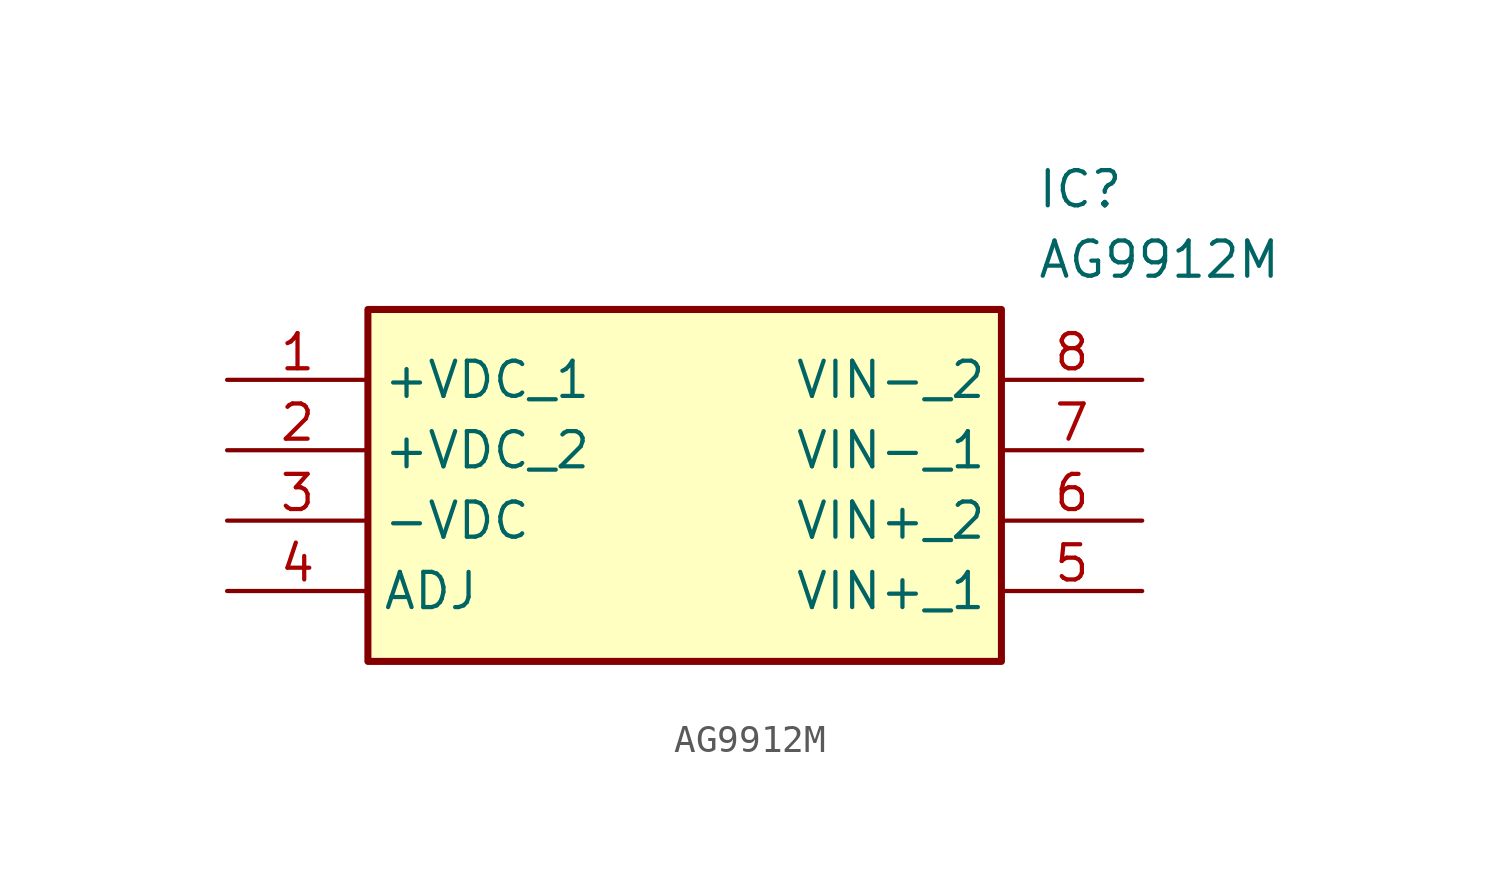
<source format=kicad_sym>
(kicad_symbol_lib
  (version 20211014)
  (generator SamacSys_ECAD_Model)
  (symbol "AG9912M"
    (property "Reference" "IC"
      (at 29.21 7.62 0)
      (effects (font (size 1.27 1.27)) (justify left top)))
    (property "Value" "AG9912M"
      (at 29.21 5.08 0)
      (effects (font (size 1.27 1.27)) (justify left top)))
    (rectangle
      (start 5.08 2.54)
      (end 27.94 -10.16)
      (stroke (width 0.254) (type default))
      (fill (type background)))
    (pin passive line
      (at 0 0 0)
      (length 5.08)
      (name "+VDC_1" (effects (font (size 1.27 1.27))))
      (number "1" (effects (font (size 1.27 1.27)))))
    (pin passive line
      (at 0 -2.54 0)
      (length 5.08)
      (name "+VDC_2" (effects (font (size 1.27 1.27))))
      (number "2" (effects (font (size 1.27 1.27)))))
    (pin passive line
      (at 0 -5.08 0)
      (length 5.08)
      (name "-VDC" (effects (font (size 1.27 1.27))))
      (number "3" (effects (font (size 1.27 1.27)))))
    (pin passive line
      (at 0 -7.62 0)
      (length 5.08)
      (name "ADJ" (effects (font (size 1.27 1.27))))
      (number "4" (effects (font (size 1.27 1.27)))))
    (pin passive line
      (at 33.02 -7.62 180)
      (length 5.08)
      (name "VIN+_1" (effects (font (size 1.27 1.27))))
      (number "5" (effects (font (size 1.27 1.27)))))
    (pin passive line
      (at 33.02 -5.08 180)
      (length 5.08)
      (name "VIN+_2" (effects (font (size 1.27 1.27))))
      (number "6" (effects (font (size 1.27 1.27)))))
    (pin passive line
      (at 33.02 -2.54 180)
      (length 5.08)
      (name "VIN-_1" (effects (font (size 1.27 1.27))))
      (number "7" (effects (font (size 1.27 1.27)))))
    (pin passive line
      (at 33.02 0 180)
      (length 5.08)
      (name "VIN-_2" (effects (font (size 1.27 1.27))))
      (number "8" (effects (font (size 1.27 1.27)))))))
</source>
